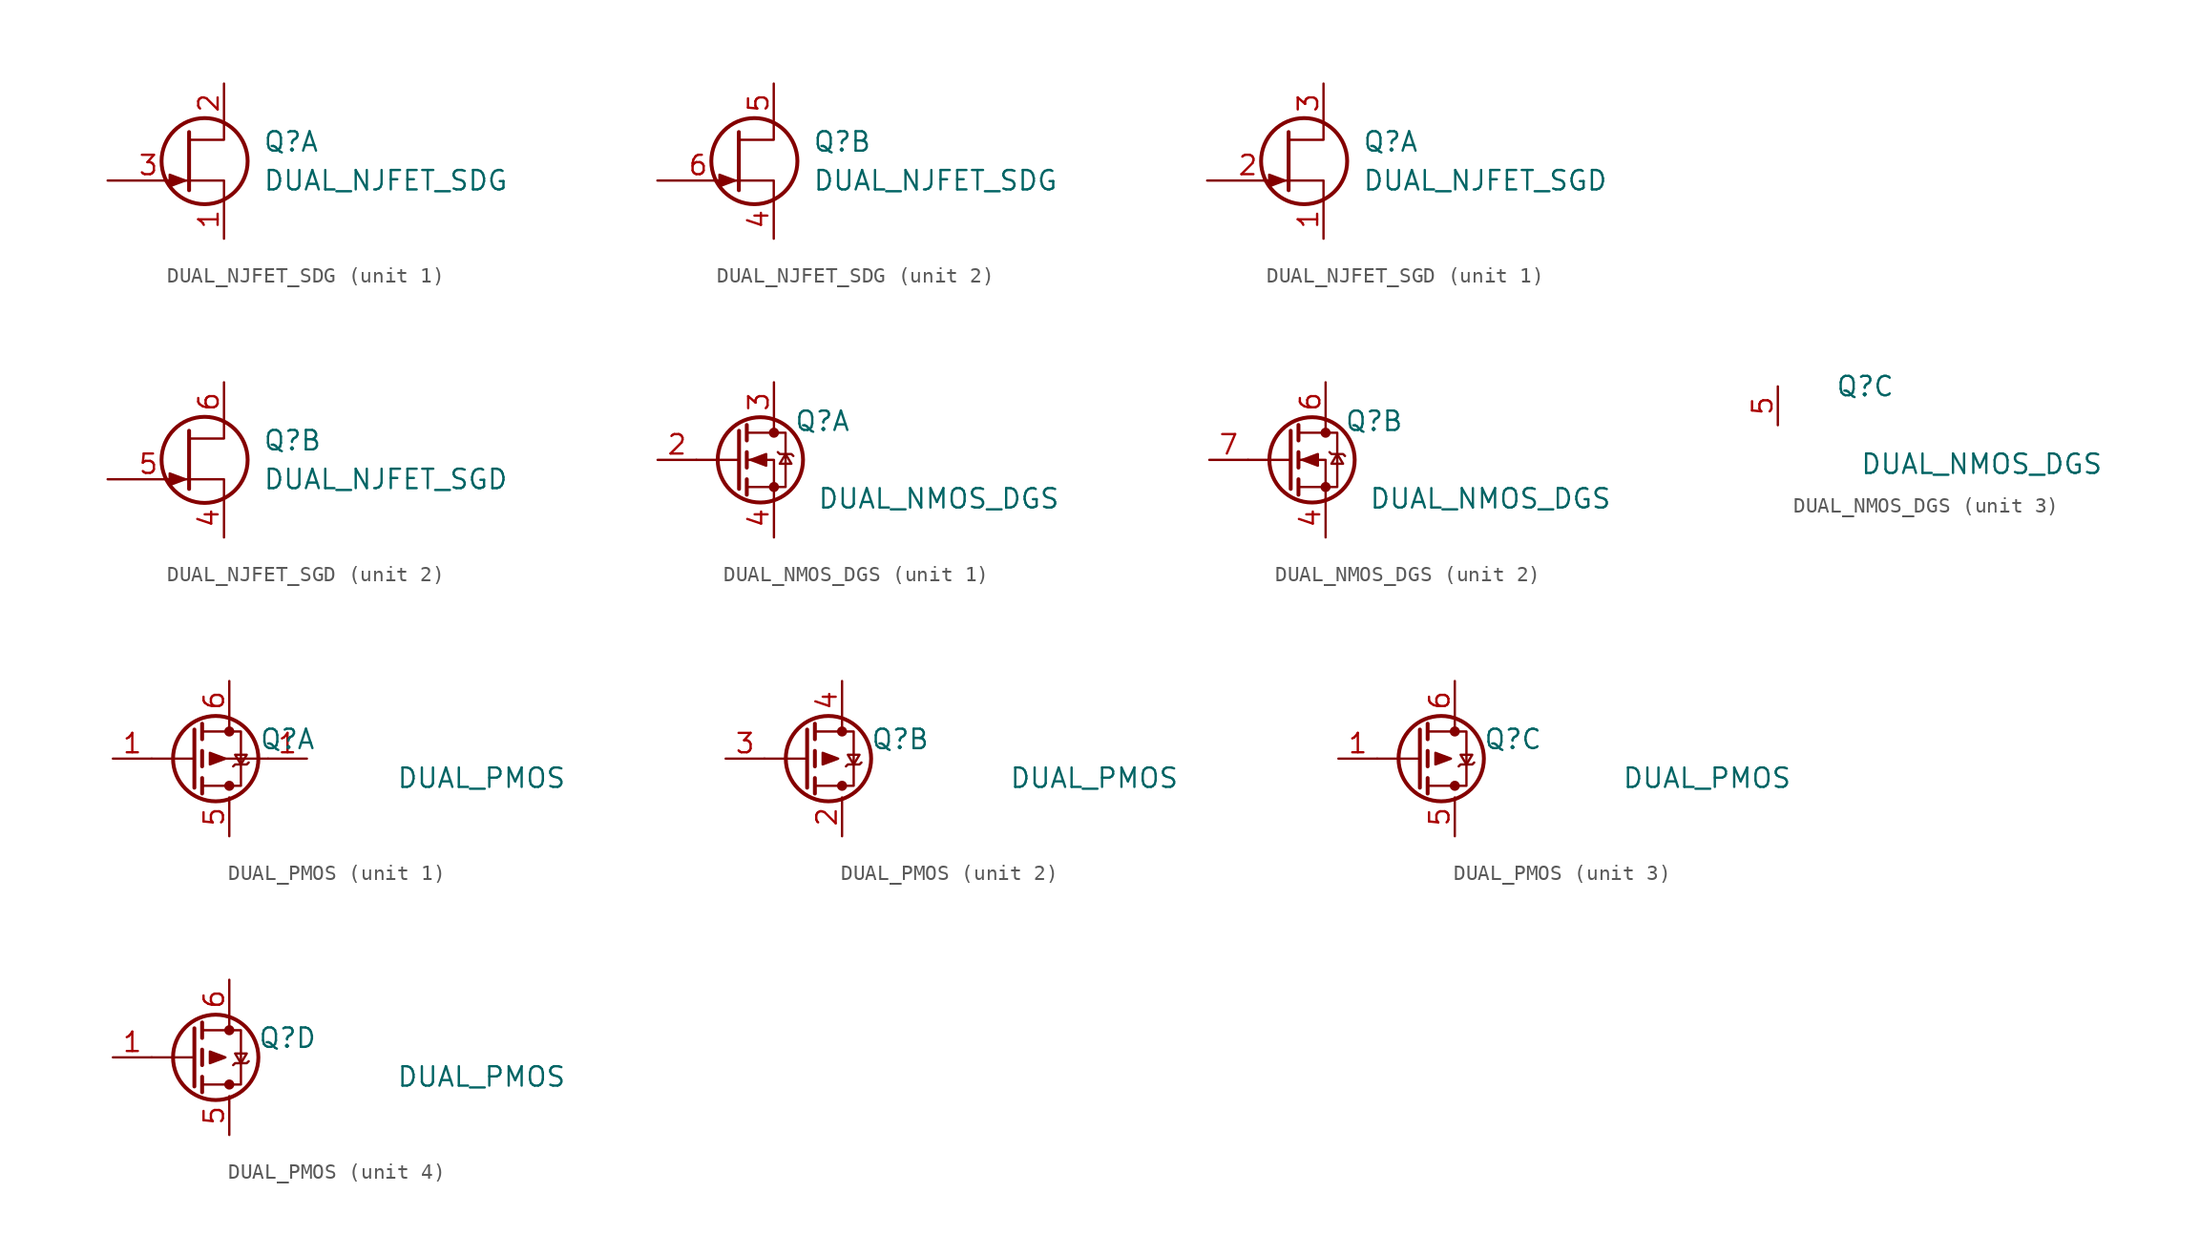
<source format=kicad_sym>
(kicad_symbol_lib
  (version 20211014)
  (generator kicad_symbol_editor)
  (symbol "DUAL_NJFET_SDG"
    (pin_names
      (offset 0) hide)
    (property "Reference" "Q"
      (at 5.08 1.27 0)
      (effects (font (size 1.27 1.27)) (justify left)))
    (property "Value" "DUAL_NJFET_SDG"
      (at 5.08 -1.27 0)
      (effects (font (size 1.27 1.27)) (justify left)))
    (property "ki_locked" ""
      (at 0 0 0)
      (effects (font (size 1.27 1.27))))
    (symbol "DUAL_NJFET_SDG_0_1"
      (polyline (pts (xy 0.254 1.905) (xy 0.254 -1.905) (xy 0.254 -1.905)) (stroke (width 0.254) (type default) (color 0 0 0 0)) (fill (type none)))
      (polyline (pts (xy 2.54 -2.54) (xy 2.54 -1.27) (xy 0.254 -1.27)) (stroke (width 0) (type default) (color 0 0 0 0)) (fill (type none)))
      (polyline (pts (xy 2.54 2.54) (xy 2.54 1.397) (xy 0.254 1.397)) (stroke (width 0) (type default) (color 0 0 0 0)) (fill (type none)))
      (polyline (pts (xy 0 -1.27) (xy -1.016 -0.889) (xy -1.016 -1.651) (xy 0 -1.27)) (stroke (width 0) (type default) (color 0 0 0 0)) (fill (type outline)))
      (circle (center 1.27 0) (radius 2.819) (stroke (width 0.254) (type default) (color 0 0 0 0)) (fill (type none))))
    (symbol "DUAL_NJFET_SDG_1_1"
      (pin passive line (at 2.54 -5.08 90) (length 2.54) (name "S" (effects (font (size 1.27 1.27)))) (number "1" (effects (font (size 1.27 1.27)))))
      (pin passive line (at 2.54 5.08 270) (length 2.54) (name "D" (effects (font (size 1.27 1.27)))) (number "2" (effects (font (size 1.27 1.27)))))
      (pin input line (at -5.08 -1.27 0) (length 5.334) (name "G" (effects (font (size 1.27 1.27)))) (number "3" (effects (font (size 1.27 1.27))))))
    (symbol "DUAL_NJFET_SDG_2_1"
      (pin passive line (at 2.54 -5.08 90) (length 2.54) (name "S" (effects (font (size 1.27 1.27)))) (number "4" (effects (font (size 1.27 1.27)))))
      (pin passive line (at 2.54 5.08 270) (length 2.54) (name "D" (effects (font (size 1.27 1.27)))) (number "5" (effects (font (size 1.27 1.27)))))
      (pin input line (at -5.08 -1.27 0) (length 5.334) (name "G" (effects (font (size 1.27 1.27)))) (number "6" (effects (font (size 1.27 1.27)))))))
  (symbol "DUAL_NJFET_SGD"
    (pin_names
      (offset 0) hide)
    (property "Reference" "Q"
      (at 5.08 1.27 0)
      (effects (font (size 1.27 1.27)) (justify left)))
    (property "Value" "DUAL_NJFET_SGD"
      (at 5.08 -1.27 0)
      (effects (font (size 1.27 1.27)) (justify left)))
    (property "ki_locked" ""
      (at 0 0 0)
      (effects (font (size 1.27 1.27))))
    (symbol "DUAL_NJFET_SGD_0_1"
      (polyline (pts (xy 0.254 1.905) (xy 0.254 -1.905) (xy 0.254 -1.905)) (stroke (width 0.254) (type default) (color 0 0 0 0)) (fill (type none)))
      (polyline (pts (xy 2.54 -2.54) (xy 2.54 -1.27) (xy 0.254 -1.27)) (stroke (width 0) (type default) (color 0 0 0 0)) (fill (type none)))
      (polyline (pts (xy 2.54 2.54) (xy 2.54 1.397) (xy 0.254 1.397)) (stroke (width 0) (type default) (color 0 0 0 0)) (fill (type none)))
      (polyline (pts (xy 0 -1.27) (xy -1.016 -0.889) (xy -1.016 -1.651) (xy 0 -1.27)) (stroke (width 0) (type default) (color 0 0 0 0)) (fill (type outline)))
      (circle (center 1.27 0) (radius 2.819) (stroke (width 0.254) (type default) (color 0 0 0 0)) (fill (type none))))
    (symbol "DUAL_NJFET_SGD_1_1"
      (pin passive line (at 2.54 -5.08 90) (length 2.54) (name "S" (effects (font (size 1.27 1.27)))) (number "1" (effects (font (size 1.27 1.27)))))
      (pin input line (at -5.08 -1.27 0) (length 5.334) (name "G" (effects (font (size 1.27 1.27)))) (number "2" (effects (font (size 1.27 1.27)))))
      (pin passive line (at 2.54 5.08 270) (length 2.54) (name "D" (effects (font (size 1.27 1.27)))) (number "3" (effects (font (size 1.27 1.27))))))
    (symbol "DUAL_NJFET_SGD_2_1"
      (pin passive line (at 2.54 -5.08 90) (length 2.54) (name "S" (effects (font (size 1.27 1.27)))) (number "4" (effects (font (size 1.27 1.27)))))
      (pin input line (at -5.08 -1.27 0) (length 5.334) (name "G" (effects (font (size 1.27 1.27)))) (number "5" (effects (font (size 1.27 1.27)))))
      (pin passive line (at 2.54 5.08 270) (length 2.54) (name "D" (effects (font (size 1.27 1.27)))) (number "6" (effects (font (size 1.27 1.27)))))))
  (symbol "DUAL_NMOS_DGS"
    (pin_names
      (offset 0) hide)
    (property "Reference" "Q"
      (at 5.715 2.54 0)
      (effects (font (size 1.27 1.27))))
    (property "Value" "DUAL_NMOS_DGS"
      (at 13.335 -2.54 0)
      (effects (font (size 1.27 1.27))))
    (property "ki_locked" ""
      (at 0 0 0)
      (effects (font (size 1.27 1.27))))
    (symbol "DUAL_NMOS_DGS_1_1"
      (polyline (pts (xy 0.254 0) (xy -2.54 0)) (stroke (width 0) (type default) (color 0 0 0 0)) (fill (type none)))
      (polyline (pts (xy 0.254 1.905) (xy 0.254 -1.905)) (stroke (width 0.254) (type default) (color 0 0 0 0)) (fill (type none)))
      (polyline (pts (xy 0.762 -1.27) (xy 0.762 -2.286)) (stroke (width 0.254) (type default) (color 0 0 0 0)) (fill (type none)))
      (polyline (pts (xy 0.762 0.508) (xy 0.762 -0.508)) (stroke (width 0.254) (type default) (color 0 0 0 0)) (fill (type none)))
      (polyline (pts (xy 0.762 2.286) (xy 0.762 1.27)) (stroke (width 0.254) (type default) (color 0 0 0 0)) (fill (type none)))
      (polyline (pts (xy 2.54 2.54) (xy 2.54 1.778)) (stroke (width 0) (type default) (color 0 0 0 0)) (fill (type none)))
      (polyline (pts (xy 2.54 -2.54) (xy 2.54 0) (xy 0.762 0)) (stroke (width 0) (type default) (color 0 0 0 0)) (fill (type none)))
      (polyline (pts (xy 0.762 -1.778) (xy 3.302 -1.778) (xy 3.302 1.778) (xy 0.762 1.778)) (stroke (width 0) (type default) (color 0 0 0 0)) (fill (type none)))
      (polyline (pts (xy 1.016 0) (xy 2.032 0.381) (xy 2.032 -0.381) (xy 1.016 0)) (stroke (width 0) (type default) (color 0 0 0 0)) (fill (type outline)))
      (polyline (pts (xy 2.794 0.508) (xy 2.921 0.381) (xy 3.683 0.381) (xy 3.81 0.254)) (stroke (width 0) (type default) (color 0 0 0 0)) (fill (type none)))
      (polyline (pts (xy 3.302 0.381) (xy 2.921 -0.254) (xy 3.683 -0.254) (xy 3.302 0.381)) (stroke (width 0) (type default) (color 0 0 0 0)) (fill (type none)))
      (circle (center 1.651 0) (radius 2.794) (stroke (width 0.254) (type default) (color 0 0 0 0)) (fill (type none)))
      (circle (center 2.54 -1.778) (radius 0.254) (stroke (width 0) (type default) (color 0 0 0 0)) (fill (type outline)))
      (circle (center 2.54 1.778) (radius 0.254) (stroke (width 0) (type default) (color 0 0 0 0)) (fill (type outline)))
      (pin input line (at -5.08 0 0) (length 2.54) (name "G" (effects (font (size 1.27 1.27)))) (number "2" (effects (font (size 1.27 1.27)))))
      (pin passive line (at 2.54 5.08 270) (length 2.54) (name "D" (effects (font (size 1.27 1.27)))) (number "3" (effects (font (size 1.27 1.27)))))
      (pin passive line (at 2.54 -5.08 90) (length 2.54) (name "S" (effects (font (size 1.27 1.27)))) (number "4" (effects (font (size 1.27 1.27))))))
    (symbol "DUAL_NMOS_DGS_2_1"
      (polyline (pts (xy 0.254 0) (xy -2.54 0)) (stroke (width 0) (type default) (color 0 0 0 0)) (fill (type none)))
      (polyline (pts (xy 0.254 1.905) (xy 0.254 -1.905)) (stroke (width 0.254) (type default) (color 0 0 0 0)) (fill (type none)))
      (polyline (pts (xy 0.762 -1.27) (xy 0.762 -2.286)) (stroke (width 0.254) (type default) (color 0 0 0 0)) (fill (type none)))
      (polyline (pts (xy 0.762 0.508) (xy 0.762 -0.508)) (stroke (width 0.254) (type default) (color 0 0 0 0)) (fill (type none)))
      (polyline (pts (xy 0.762 2.286) (xy 0.762 1.27)) (stroke (width 0.254) (type default) (color 0 0 0 0)) (fill (type none)))
      (polyline (pts (xy 2.54 2.54) (xy 2.54 1.778)) (stroke (width 0) (type default) (color 0 0 0 0)) (fill (type none)))
      (polyline (pts (xy 2.54 -2.54) (xy 2.54 0) (xy 0.762 0)) (stroke (width 0) (type default) (color 0 0 0 0)) (fill (type none)))
      (polyline (pts (xy 0.762 -1.778) (xy 3.302 -1.778) (xy 3.302 1.778) (xy 0.762 1.778)) (stroke (width 0) (type default) (color 0 0 0 0)) (fill (type none)))
      (polyline (pts (xy 1.016 0) (xy 2.032 0.381) (xy 2.032 -0.381) (xy 1.016 0)) (stroke (width 0) (type default) (color 0 0 0 0)) (fill (type outline)))
      (polyline (pts (xy 2.794 0.508) (xy 2.921 0.381) (xy 3.683 0.381) (xy 3.81 0.254)) (stroke (width 0) (type default) (color 0 0 0 0)) (fill (type none)))
      (polyline (pts (xy 3.302 0.381) (xy 2.921 -0.254) (xy 3.683 -0.254) (xy 3.302 0.381)) (stroke (width 0) (type default) (color 0 0 0 0)) (fill (type none)))
      (circle (center 1.651 0) (radius 2.794) (stroke (width 0.254) (type default) (color 0 0 0 0)) (fill (type none)))
      (circle (center 2.54 -1.778) (radius 0.254) (stroke (width 0) (type default) (color 0 0 0 0)) (fill (type outline)))
      (circle (center 2.54 1.778) (radius 0.254) (stroke (width 0) (type default) (color 0 0 0 0)) (fill (type outline)))
      (pin passive line (at 2.54 -5.08 90) (length 2.54) (name "S" (effects (font (size 1.27 1.27)))) (number "4" (effects (font (size 1.27 1.27)))))
      (pin passive line (at 2.54 5.08 270) (length 2.54) (name "D" (effects (font (size 1.27 1.27)))) (number "6" (effects (font (size 1.27 1.27)))))
      (pin input line (at -5.08 0 0) (length 2.54) (name "G" (effects (font (size 1.27 1.27)))) (number "7" (effects (font (size 1.27 1.27))))))
    (symbol "DUAL_NMOS_DGS_3_1"
      (pin input line (at 0 0 90) (length 2.54) hide (name "IC" (effects (font (size 1.27 1.27)))) (number "1" (effects (font (size 1.27 1.27)))))
      (pin passive line (at 0 0 90) (length 2.54) (name "V-" (effects (font (size 1.27 1.27)))) (number "5" (effects (font (size 1.27 1.27)))))
      (pin passive line (at 0 0 90) (length 2.54) hide (name "IC" (effects (font (size 1.27 1.27)))) (number "8" (effects (font (size 1.27 1.27)))))))
  (symbol "DUAL_PMOS"
    (pin_names
      (offset 0) hide)
    (property "Reference" "Q"
      (at 6.35 1.27 0)
      (effects (font (size 1.27 1.27))))
    (property "Value" "DUAL_PMOS"
      (at 19.05 -1.27 0)
      (effects (font (size 1.27 1.27))))
    (property "ki_locked" ""
      (at 0 0 0)
      (effects (font (size 1.27 1.27))))
    (symbol "DUAL_PMOS_0_1"
      (polyline (pts (xy 0.254 0) (xy -2.54 0)) (stroke (width 0) (type default) (color 0 0 0 0)) (fill (type none)))
      (polyline (pts (xy 0.254 1.905) (xy 0.254 -1.905)) (stroke (width 0.254) (type default) (color 0 0 0 0)) (fill (type none)))
      (polyline (pts (xy 0.762 -1.27) (xy 0.762 -2.286)) (stroke (width 0.254) (type default) (color 0 0 0 0)) (fill (type none)))
      (polyline (pts (xy 0.762 0.508) (xy 0.762 -0.508)) (stroke (width 0.254) (type default) (color 0 0 0 0)) (fill (type none)))
      (polyline (pts (xy 0.762 2.286) (xy 0.762 1.27)) (stroke (width 0.254) (type default) (color 0 0 0 0)) (fill (type none)))
      (polyline (pts (xy 2.54 2.54) (xy 2.54 1.778)) (stroke (width 0) (type default) (color 0 0 0 0)) (fill (type none)))
      (polyline (pts (xy 0.762 1.778) (xy 3.302 1.778) (xy 3.302 -1.778) (xy 0.762 -1.778)) (stroke (width 0) (type default) (color 0 0 0 0)) (fill (type none)))
      (polyline (pts (xy 2.286 0) (xy 1.27 0.381) (xy 1.27 -0.381) (xy 2.286 0)) (stroke (width 0) (type default) (color 0 0 0 0)) (fill (type outline)))
      (polyline (pts (xy 2.794 -0.508) (xy 2.921 -0.381) (xy 3.683 -0.381) (xy 3.81 -0.254)) (stroke (width 0) (type default) (color 0 0 0 0)) (fill (type none)))
      (polyline (pts (xy 3.302 -0.381) (xy 2.921 0.254) (xy 3.683 0.254) (xy 3.302 -0.381)) (stroke (width 0) (type default) (color 0 0 0 0)) (fill (type none)))
      (circle (center 1.651 0) (radius 2.794) (stroke (width 0.254) (type default) (color 0 0 0 0)) (fill (type none)))
      (circle (center 2.54 -1.778) (radius 0.254) (stroke (width 0) (type default) (color 0 0 0 0)) (fill (type outline)))
      (circle (center 2.54 1.778) (radius 0.254) (stroke (width 0) (type default) (color 0 0 0 0)) (fill (type outline))))
    (symbol "DUAL_PMOS_1_1"
      (polyline (pts (xy 1.905 0) (xy 5.08 0)) (stroke (width 0) (type default) (color 0 0 0 0)) (fill (type none)))
      (pin input line (at -5.08 0 0) (length 2.54) (name "G" (effects (font (size 1.27 1.27)))) (number "1" (effects (font (size 1.27 1.27)))))
      (pin input line (at 7.62 0 180) (length 2.54) (name "G" (effects (font (size 1.27 1.27)))) (number "1" (effects (font (size 1.27 1.27)))))
      (pin passive line (at 2.54 -5.08 90) (length 2.54) (name "S" (effects (font (size 1.27 1.27)))) (number "5" (effects (font (size 1.27 1.27)))))
      (pin passive line (at 2.54 5.08 270) (length 2.54) (name "D" (effects (font (size 1.27 1.27)))) (number "6" (effects (font (size 1.27 1.27))))))
    (symbol "DUAL_PMOS_2_1"
      (pin passive line (at 2.54 -5.08 90) (length 2.54) (name "S" (effects (font (size 1.27 1.27)))) (number "2" (effects (font (size 1.27 1.27)))))
      (pin input line (at -5.08 0 0) (length 2.54) (name "G" (effects (font (size 1.27 1.27)))) (number "3" (effects (font (size 1.27 1.27)))))
      (pin passive line (at 2.54 5.08 270) (length 2.54) (name "D" (effects (font (size 1.27 1.27)))) (number "4" (effects (font (size 1.27 1.27))))))
    (symbol "DUAL_PMOS_3_1"
      (pin input line (at -5.08 0 0) (length 2.54) (name "G" (effects (font (size 1.27 1.27)))) (number "1" (effects (font (size 1.27 1.27)))))
      (pin passive line (at 2.54 -5.08 90) (length 2.54) (name "S" (effects (font (size 1.27 1.27)))) (number "5" (effects (font (size 1.27 1.27)))))
      (pin passive line (at 2.54 5.08 270) (length 2.54) (name "D" (effects (font (size 1.27 1.27)))) (number "6" (effects (font (size 1.27 1.27))))))
    (symbol "DUAL_PMOS_4_1"
      (pin input line (at -5.08 0 0) (length 2.54) (name "G" (effects (font (size 1.27 1.27)))) (number "1" (effects (font (size 1.27 1.27)))))
      (pin passive line (at 2.54 -5.08 90) (length 2.54) (name "S" (effects (font (size 1.27 1.27)))) (number "5" (effects (font (size 1.27 1.27)))))
      (pin passive line (at 2.54 5.08 270) (length 2.54) (name "D" (effects (font (size 1.27 1.27)))) (number "6" (effects (font (size 1.27 1.27))))))))
</source>
